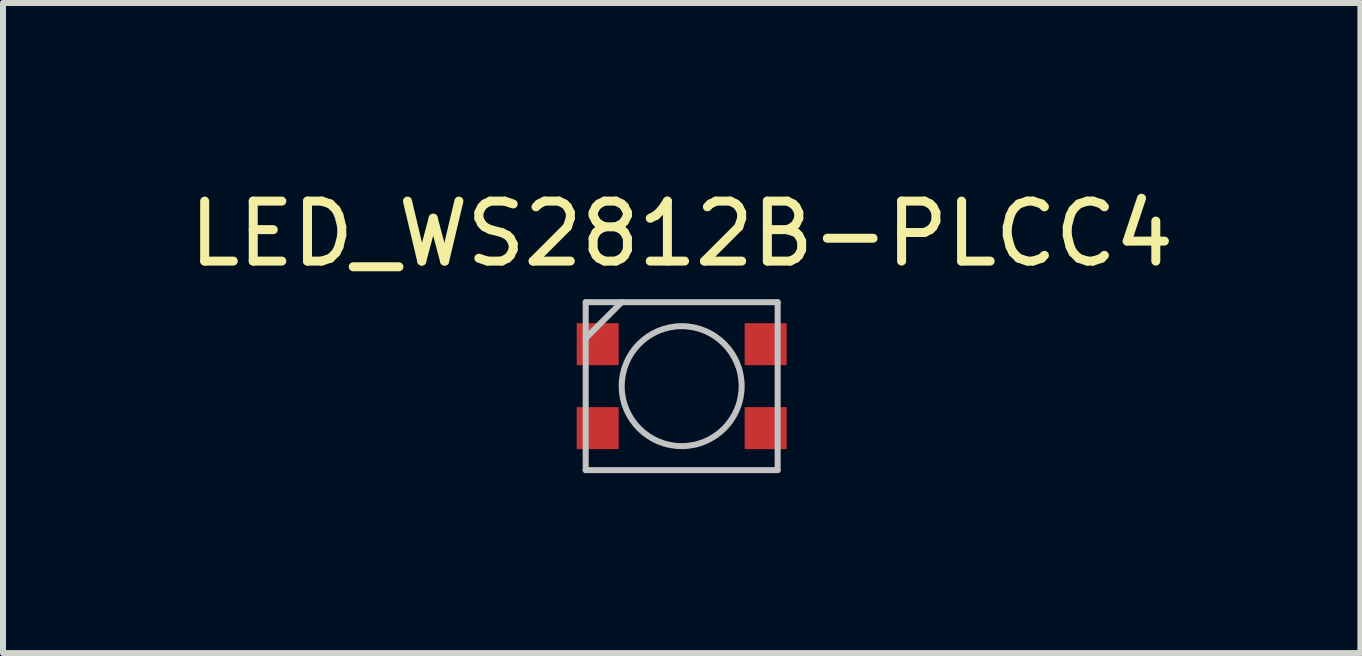
<source format=kicad_pcb>
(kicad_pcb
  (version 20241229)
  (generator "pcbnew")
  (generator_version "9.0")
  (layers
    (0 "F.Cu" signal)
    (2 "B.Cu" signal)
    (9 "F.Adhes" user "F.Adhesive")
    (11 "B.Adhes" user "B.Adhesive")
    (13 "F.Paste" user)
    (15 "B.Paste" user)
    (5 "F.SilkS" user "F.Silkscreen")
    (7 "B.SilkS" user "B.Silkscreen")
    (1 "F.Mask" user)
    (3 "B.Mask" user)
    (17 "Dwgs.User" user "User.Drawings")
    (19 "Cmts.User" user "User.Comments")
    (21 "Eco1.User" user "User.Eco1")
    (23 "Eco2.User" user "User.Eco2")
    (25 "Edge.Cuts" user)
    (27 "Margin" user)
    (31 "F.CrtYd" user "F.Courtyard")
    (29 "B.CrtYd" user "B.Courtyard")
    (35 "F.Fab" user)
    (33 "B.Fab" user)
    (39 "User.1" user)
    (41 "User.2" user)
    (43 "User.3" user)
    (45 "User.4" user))
  (footprint "LED_WS2812B-PLCC4"
    (layer "F.Cu")
    (at 8.315 3.388)
    (property "Reference" "LED_WS2812B-PLCC4" (at 0 -2.54 0) (layer "F.SilkS") (effects (font (size 1 1) (thickness 0.15))))
    (attr smd)
    (fp_line (start -1.6 -1.4) (end -1.6 1.4) (stroke (width 0.1) (type solid)) (layer "Dwgs.User"))
    (fp_line (start -1.6 -1.4) (end 1.6 -1.4) (stroke (width 0.1) (type solid)) (layer "Dwgs.User"))
    (fp_line (start -1.6 -0.8) (end -1 -1.4) (stroke (width 0.1) (type solid)) (layer "Dwgs.User"))
    (fp_line (start -1.6 1.4) (end 1.6 1.4) (stroke (width 0.1) (type solid)) (layer "Dwgs.User"))
    (fp_line (start 1.6 -1.4) (end 1.6 1.4) (stroke (width 0.1) (type solid)) (layer "Dwgs.User"))
    (fp_circle (center 0 0) (end 1 0) (stroke (width 0.1) (type solid)) (fill no) (layer "Dwgs.User"))
    (pad "1" smd rect (at -1.4 -0.7) (size 0.7 0.7) (layers "F.Cu" "F.Mask" "F.Paste"))
    (pad "2" smd rect (at -1.4 0.7) (size 0.7 0.7) (layers "F.Cu" "F.Mask" "F.Paste"))
    (pad "3" smd rect (at 1.4 0.7) (size 0.7 0.7) (layers "F.Cu" "F.Mask" "F.Paste"))
    (pad "4" smd rect (at 1.4 -0.7) (size 0.7 0.7) (layers "F.Cu" "F.Mask" "F.Paste")))
  (gr_rect
    (start -3 -3)
    (end 19.631 7.838)
    (stroke (width 0.1) (type default))
    (fill no)
    (layer "Edge.Cuts")))
</source>
